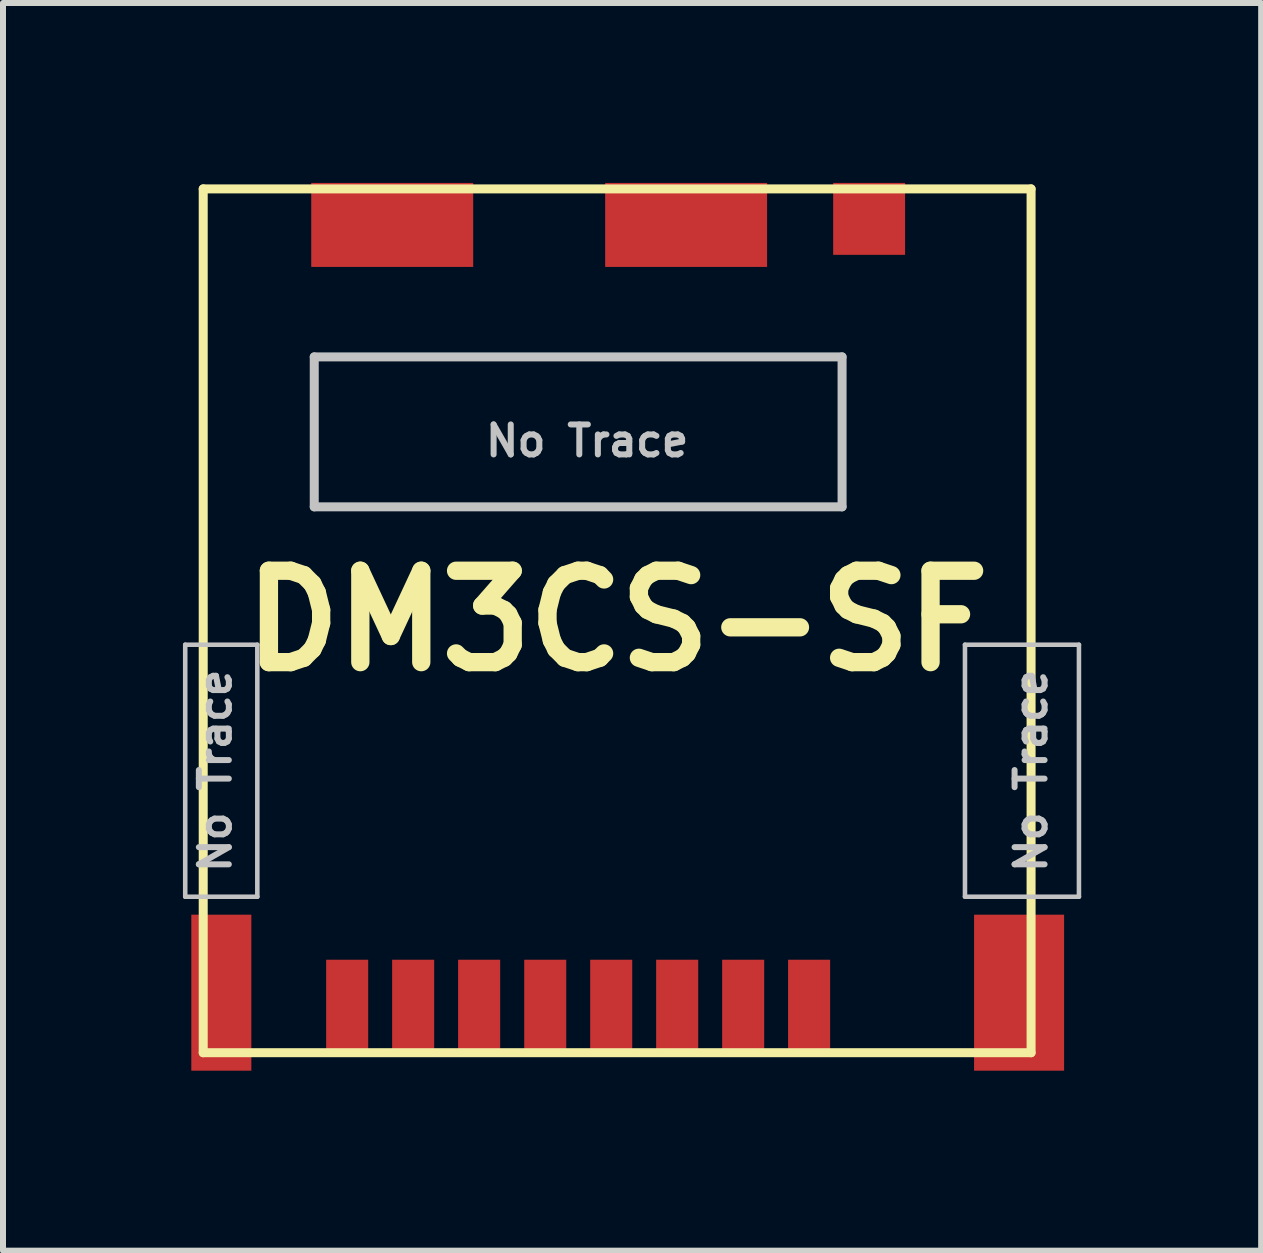
<source format=kicad_pcb>
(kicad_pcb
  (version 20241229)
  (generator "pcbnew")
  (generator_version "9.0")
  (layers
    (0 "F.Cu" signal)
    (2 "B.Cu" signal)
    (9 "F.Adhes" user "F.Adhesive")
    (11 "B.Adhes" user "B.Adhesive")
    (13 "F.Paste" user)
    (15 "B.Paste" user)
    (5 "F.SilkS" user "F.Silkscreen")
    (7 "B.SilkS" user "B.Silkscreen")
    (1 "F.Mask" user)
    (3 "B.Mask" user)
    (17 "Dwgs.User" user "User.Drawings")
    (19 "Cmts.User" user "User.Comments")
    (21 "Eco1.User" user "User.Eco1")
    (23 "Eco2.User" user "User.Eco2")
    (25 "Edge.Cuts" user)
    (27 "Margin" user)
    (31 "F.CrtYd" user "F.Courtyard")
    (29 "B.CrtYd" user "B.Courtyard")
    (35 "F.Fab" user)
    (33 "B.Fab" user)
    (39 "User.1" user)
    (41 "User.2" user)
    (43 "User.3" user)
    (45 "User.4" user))
  (footprint "DM3CS-SF"
    (layer "F.Cu")
    (at 7.239 7.3)
    (property "Reference" "DM3CS-SF" (at 0 0 0) (layer "F.SilkS") (effects (font (size 1.524 1.524) (thickness 0.305))))
    (attr through_hole)
    (fp_line (start -6.901 -7.201) (end 6.901 -7.201) (stroke (width 0.15) (type solid)) (layer "F.SilkS"))
    (fp_line (start -6.901 7.201) (end -6.901 -7.201) (stroke (width 0.15) (type solid)) (layer "F.SilkS"))
    (fp_line (start 6.901 -7.201) (end 6.901 7.201) (stroke (width 0.15) (type solid)) (layer "F.SilkS"))
    (fp_line (start 6.901 7.201) (end -6.901 7.201) (stroke (width 0.15) (type solid)) (layer "F.SilkS"))
    (fp_line (start -7.201 0.399) (end -7.201 4.6) (stroke (width 0.076) (type solid)) (layer "Dwgs.User"))
    (fp_line (start -7.201 4.6) (end -5.999 4.6) (stroke (width 0.076) (type solid)) (layer "Dwgs.User"))
    (fp_line (start -5.999 0.399) (end -7.201 0.399) (stroke (width 0.076) (type solid)) (layer "Dwgs.User"))
    (fp_line (start -5.999 4.6) (end -5.999 0.399) (stroke (width 0.076) (type solid)) (layer "Dwgs.User"))
    (fp_line (start -5.05 -4.4) (end -5.05 -1.9) (stroke (width 0.15) (type solid)) (layer "Dwgs.User"))
    (fp_line (start -5.05 -4.4) (end 3.75 -4.4) (stroke (width 0.15) (type solid)) (layer "Dwgs.User"))
    (fp_line (start -5.05 -1.9) (end 3.75 -1.9) (stroke (width 0.15) (type solid)) (layer "Dwgs.User"))
    (fp_line (start 3.75 -4.4) (end 3.75 -1.9) (stroke (width 0.15) (type solid)) (layer "Dwgs.User"))
    (fp_line (start 5.799 0.399) (end 7.699 0.399) (stroke (width 0.076) (type solid)) (layer "Dwgs.User"))
    (fp_line (start 5.799 4.6) (end 5.799 0.399) (stroke (width 0.076) (type solid)) (layer "Dwgs.User"))
    (fp_line (start 7.699 0.399) (end 7.699 4.6) (stroke (width 0.076) (type solid)) (layer "Dwgs.User"))
    (fp_line (start 7.699 4.6) (end 5.799 4.6) (stroke (width 0.076) (type solid)) (layer "Dwgs.User"))
    (fp_text user "No Trace" (at -6.7 2.5 90) (layer "Dwgs.User") (effects (font (size 0.5 0.5) (thickness 0.1))))
    (fp_text user "No Trace" (at -0.5 -3 180) (layer "Dwgs.User") (effects (font (size 0.5 0.5) (thickness 0.1))))
    (fp_text user "No Trace" (at 6.9 2.5 90) (layer "Dwgs.User") (effects (font (size 0.5 0.5) (thickness 0.1))))
    (pad "0" smd rect (at -6.599 6.2) (size 1.001 2.601) (layers "F.Cu" "F.Mask" "F.Paste"))
    (pad "0" smd rect (at -3.75 -6.6) (size 2.7 1.4) (layers "F.Cu" "F.Mask" "F.Paste"))
    (pad "0" smd rect (at 1.15 -6.6) (size 2.7 1.4) (layers "F.Cu" "F.Mask" "F.Paste"))
    (pad "0" smd rect (at 4.201 -6.701) (size 1.199 1.199) (layers "F.Cu" "F.Mask" "F.Paste"))
    (pad "0" smd rect (at 6.701 6.2) (size 1.501 2.601) (layers "F.Cu" "F.Mask" "F.Paste"))
    (pad "1" smd rect (at 3.2 6.401) (size 0.701 1.501) (layers "F.Cu" "F.Mask" "F.Paste"))
    (pad "2" smd rect (at 2.101 6.401) (size 0.701 1.501) (layers "F.Cu" "F.Mask" "F.Paste"))
    (pad "3" smd rect (at 1.001 6.401) (size 0.701 1.501) (layers "F.Cu" "F.Mask" "F.Paste"))
    (pad "4" smd rect (at -0.099 6.401) (size 0.701 1.501) (layers "F.Cu" "F.Mask" "F.Paste"))
    (pad "5" smd rect (at -1.199 6.401) (size 0.701 1.501) (layers "F.Cu" "F.Mask" "F.Paste"))
    (pad "6" smd rect (at -2.301 6.401) (size 0.701 1.501) (layers "F.Cu" "F.Mask" "F.Paste"))
    (pad "7" smd rect (at -3.401 6.401) (size 0.701 1.501) (layers "F.Cu" "F.Mask" "F.Paste"))
    (pad "8" smd rect (at -4.501 6.401) (size 0.701 1.501) (layers "F.Cu" "F.Mask" "F.Paste")))
  (gr_rect
    (start -3 -3)
    (end 17.976 17.801)
    (stroke (width 0.1) (type default))
    (fill no)
    (layer "Edge.Cuts")))
</source>
